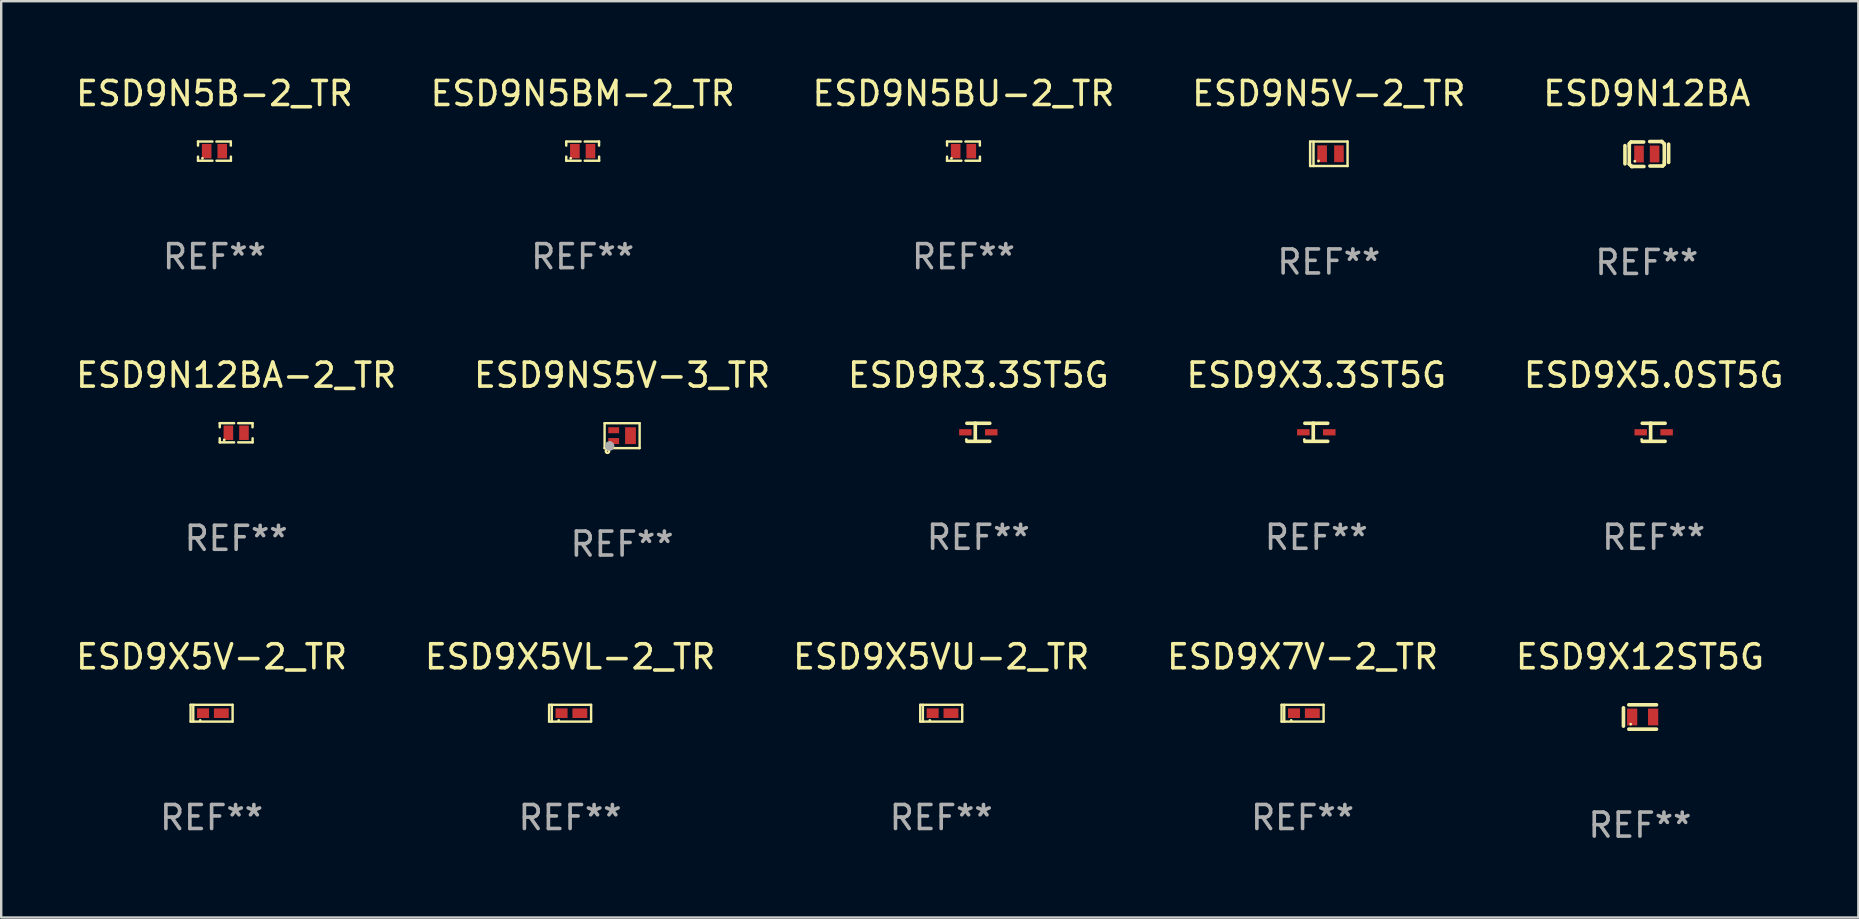
<source format=kicad_pcb>
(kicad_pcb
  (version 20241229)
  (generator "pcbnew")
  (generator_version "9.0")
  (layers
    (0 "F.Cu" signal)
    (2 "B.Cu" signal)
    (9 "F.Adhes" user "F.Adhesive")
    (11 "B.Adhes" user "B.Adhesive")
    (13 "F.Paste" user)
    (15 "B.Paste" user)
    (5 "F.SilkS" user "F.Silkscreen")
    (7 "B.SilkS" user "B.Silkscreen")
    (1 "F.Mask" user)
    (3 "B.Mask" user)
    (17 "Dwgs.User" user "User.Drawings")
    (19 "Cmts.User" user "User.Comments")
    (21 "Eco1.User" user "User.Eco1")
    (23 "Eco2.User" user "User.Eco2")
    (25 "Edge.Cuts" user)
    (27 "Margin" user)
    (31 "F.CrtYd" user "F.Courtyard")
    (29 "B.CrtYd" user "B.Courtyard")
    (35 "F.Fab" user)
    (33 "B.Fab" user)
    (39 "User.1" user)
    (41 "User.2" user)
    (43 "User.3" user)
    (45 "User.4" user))
  (footprint "ESD9X12ST5G"
    (layer "F.Cu")
    (at 65.292 26.829)
    (property "Reference" "ESD9X12ST5G" (at 0 -2.508 0) (layer "F.SilkS") (effects (font (size 1 1) (thickness 0.15))))
    (attr through_hole)
    (fp_line (start -0.688 -0.381) (end -0.688 0.381) (stroke (width 0.152) (type solid)) (layer "F.SilkS"))
    (fp_line (start -0.464 -0.508) (end 0.688 -0.508) (stroke (width 0.152) (type solid)) (layer "F.SilkS"))
    (fp_line (start -0.464 0.508) (end 0.688 0.508) (stroke (width 0.152) (type solid)) (layer "F.SilkS"))
    (fp_circle (center -0.388 0.3) (end -0.358 0.3) (stroke (width 0.06) (type solid)) (fill no) (layer "F.SilkS"))
    (fp_text user "REF**" (at 0 4.508 0) (layer "F.Fab") (effects (font (size 1 1) (thickness 0.15))))
    (pad "1" smd rect (at -0.325 0) (size 0.425 0.7) (layers "F.Cu" "F.Mask" "F.Paste"))
    (pad "2" smd rect (at 0.549 0) (size 0.425 0.7) (layers "F.Cu" "F.Mask" "F.Paste")))
  (footprint "ESD9X5VU-2_TR"
    (layer "F.Cu")
    (at 36.173 26.671)
    (property "Reference" "ESD9X5VU-2_TR" (at 0 -2.35 0) (layer "F.SilkS") (effects (font (size 1 1) (thickness 0.15))))
    (attr through_hole)
    (fp_line (start -0.875 -0.35) (end -0.875 0.35) (stroke (width 0.1) (type solid)) (layer "F.SilkS"))
    (fp_line (start -0.875 -0.35) (end 0.875 -0.35) (stroke (width 0.1) (type solid)) (layer "F.SilkS"))
    (fp_line (start -0.875 0.35) (end 0.875 0.35) (stroke (width 0.1) (type solid)) (layer "F.SilkS"))
    (fp_line (start -0.764 -0.35) (end -0.764 0.35) (stroke (width 0.1) (type solid)) (layer "F.SilkS"))
    (fp_line (start 0.875 -0.35) (end 0.875 0.35) (stroke (width 0.1) (type solid)) (layer "F.SilkS"))
    (fp_circle (center -0.475 0.3) (end -0.445 0.3) (stroke (width 0.06) (type solid)) (fill no) (layer "F.SilkS"))
    (fp_text user "REF**" (at 0 4.35 0) (layer "F.Fab") (effects (font (size 1 1) (thickness 0.15))))
    (pad "1" smd rect (at -0.356 0 90) (size 0.4 0.5) (layers "F.Cu" "F.Mask" "F.Paste"))
    (pad "2" smd rect (at 0.406 0 90) (size 0.4 0.62) (layers "F.Cu" "F.Mask" "F.Paste")))
  (footprint "ESD9N12BA-2_TR"
    (layer "F.Cu")
    (at 6.792 14.985)
    (property "Reference" "ESD9N12BA-2_TR" (at 0 -2.4 0) (layer "F.SilkS") (effects (font (size 1 1) (thickness 0.15))))
    (attr through_hole)
    (fp_line (start -0.685 -0.4) (end -0.685 -0.23) (stroke (width 0.102) (type solid)) (layer "F.SilkS"))
    (fp_line (start -0.685 0.4) (end -0.685 0.23) (stroke (width 0.102) (type solid)) (layer "F.SilkS"))
    (fp_line (start -0.085 -0.4) (end -0.685 -0.4) (stroke (width 0.102) (type solid)) (layer "F.SilkS"))
    (fp_line (start -0.085 0.4) (end -0.685 0.4) (stroke (width 0.102) (type solid)) (layer "F.SilkS"))
    (fp_line (start 0.082 -0.4) (end 0.682 -0.4) (stroke (width 0.102) (type solid)) (layer "F.SilkS"))
    (fp_line (start 0.085 0.4) (end 0.685 0.4) (stroke (width 0.102) (type solid)) (layer "F.SilkS"))
    (fp_line (start 0.682 -0.4) (end 0.682 -0.23) (stroke (width 0.102) (type solid)) (layer "F.SilkS"))
    (fp_line (start 0.685 0.4) (end 0.685 0.23) (stroke (width 0.102) (type solid)) (layer "F.SilkS"))
    (fp_circle (center -0.5 0.3) (end -0.47 0.3) (stroke (width 0.06) (type solid)) (fill no) (layer "F.SilkS"))
    (fp_text user "REF**" (at 0 4.4 0) (layer "F.Fab") (effects (font (size 1 1) (thickness 0.15))))
    (pad "1" smd rect (at -0.325 0) (size 0.4 0.6) (layers "F.Cu" "F.Mask" "F.Paste"))
    (pad "2" smd rect (at 0.325 0) (size 0.4 0.6) (layers "F.Cu" "F.Mask" "F.Paste")))
  (footprint "ESD9NS5V-3_TR"
    (layer "F.Cu")
    (at 22.875 15.105)
    (property "Reference" "ESD9NS5V-3_TR" (at 0 -2.52 0) (layer "F.SilkS") (effects (font (size 1 1) (thickness 0.15))))
    (attr through_hole)
    (fp_line (start -0.73 -0.52) (end -0.73 0.52) (stroke (width 0.1) (type solid)) (layer "F.SilkS"))
    (fp_line (start -0.73 -0.52) (end 0.73 -0.52) (stroke (width 0.1) (type solid)) (layer "F.SilkS"))
    (fp_line (start -0.73 0.52) (end 0.73 0.52) (stroke (width 0.1) (type solid)) (layer "F.SilkS"))
    (fp_line (start 0.73 -0.52) (end 0.73 0.52) (stroke (width 0.1) (type solid)) (layer "F.SilkS"))
    (fp_circle (center -0.61 0.65) (end -0.59 0.65) (stroke (width 0.1) (type solid)) (fill no) (layer "F.SilkS"))
    (fp_circle (center -0.5 0.3) (end -0.47 0.3) (stroke (width 0.06) (type solid)) (fill no) (layer "F.SilkS"))
    (fp_circle (center -0.52 0.43) (end -0.42 0.43) (stroke (width 0.2) (type solid)) (fill no) (layer "F.Fab"))
    (fp_text user "REF**" (at 0 4.52 0) (layer "F.Fab") (effects (font (size 1 1) (thickness 0.15))))
    (pad "1" smd rect (at -0.35 0.225 180) (size 0.45 0.25) (layers "F.Cu" "F.Mask" "F.Paste"))
    (pad "2" smd rect (at 0.35 -0.000013) (size 0.45 0.7) (layers "F.Cu" "F.Mask" "F.Paste"))
    (pad "3" smd rect (at -0.35 -0.225 180) (size 0.45 0.25) (layers "F.Cu" "F.Mask" "F.Paste")))
  (footprint "ESD9X5VL-2_TR"
    (layer "F.Cu")
    (at 20.708 26.671)
    (property "Reference" "ESD9X5VL-2_TR" (at 0 -2.35 0) (layer "F.SilkS") (effects (font (size 1 1) (thickness 0.15))))
    (attr through_hole)
    (fp_line (start -0.875 -0.35) (end -0.875 0.35) (stroke (width 0.1) (type solid)) (layer "F.SilkS"))
    (fp_line (start -0.875 -0.35) (end 0.875 -0.35) (stroke (width 0.1) (type solid)) (layer "F.SilkS"))
    (fp_line (start -0.875 0.35) (end 0.875 0.35) (stroke (width 0.1) (type solid)) (layer "F.SilkS"))
    (fp_line (start -0.764 -0.35) (end -0.764 0.35) (stroke (width 0.1) (type solid)) (layer "F.SilkS"))
    (fp_line (start 0.875 -0.35) (end 0.875 0.35) (stroke (width 0.1) (type solid)) (layer "F.SilkS"))
    (fp_circle (center -0.475 0.3) (end -0.445 0.3) (stroke (width 0.06) (type solid)) (fill no) (layer "F.SilkS"))
    (fp_text user "REF**" (at 0 4.35 0) (layer "F.Fab") (effects (font (size 1 1) (thickness 0.15))))
    (pad "1" smd rect (at -0.356 0 90) (size 0.4 0.5) (layers "F.Cu" "F.Mask" "F.Paste"))
    (pad "2" smd rect (at 0.406 0 90) (size 0.4 0.62) (layers "F.Cu" "F.Mask" "F.Paste")))
  (footprint "ESD9N5BM-2_TR"
    (layer "F.Cu")
    (at 21.232 3.248)
    (property "Reference" "ESD9N5BM-2_TR" (at 0 -2.4 0) (layer "F.SilkS") (effects (font (size 1 1) (thickness 0.15))))
    (attr through_hole)
    (fp_line (start -0.685 -0.4) (end -0.685 -0.23) (stroke (width 0.102) (type solid)) (layer "F.SilkS"))
    (fp_line (start -0.685 0.4) (end -0.685 0.23) (stroke (width 0.102) (type solid)) (layer "F.SilkS"))
    (fp_line (start -0.085 -0.4) (end -0.685 -0.4) (stroke (width 0.102) (type solid)) (layer "F.SilkS"))
    (fp_line (start -0.085 0.4) (end -0.685 0.4) (stroke (width 0.102) (type solid)) (layer "F.SilkS"))
    (fp_line (start 0.082 -0.4) (end 0.682 -0.4) (stroke (width 0.102) (type solid)) (layer "F.SilkS"))
    (fp_line (start 0.085 0.4) (end 0.685 0.4) (stroke (width 0.102) (type solid)) (layer "F.SilkS"))
    (fp_line (start 0.682 -0.4) (end 0.682 -0.23) (stroke (width 0.102) (type solid)) (layer "F.SilkS"))
    (fp_line (start 0.685 0.4) (end 0.685 0.23) (stroke (width 0.102) (type solid)) (layer "F.SilkS"))
    (fp_circle (center -0.5 0.3) (end -0.47 0.3) (stroke (width 0.06) (type solid)) (fill no) (layer "F.SilkS"))
    (fp_text user "REF**" (at 0 4.4 0) (layer "F.Fab") (effects (font (size 1 1) (thickness 0.15))))
    (pad "1" smd rect (at -0.325 0) (size 0.4 0.6) (layers "F.Cu" "F.Mask" "F.Paste"))
    (pad "2" smd rect (at 0.325 0) (size 0.4 0.6) (layers "F.Cu" "F.Mask" "F.Paste")))
  (footprint "ESD9X7V-2_TR"
    (layer "F.Cu")
    (at 51.232 26.671)
    (property "Reference" "ESD9X7V-2_TR" (at 0 -2.35 0) (layer "F.SilkS") (effects (font (size 1 1) (thickness 0.15))))
    (attr through_hole)
    (fp_line (start -0.875 -0.35) (end -0.875 0.35) (stroke (width 0.1) (type solid)) (layer "F.SilkS"))
    (fp_line (start -0.875 -0.35) (end 0.875 -0.35) (stroke (width 0.1) (type solid)) (layer "F.SilkS"))
    (fp_line (start -0.875 0.35) (end 0.875 0.35) (stroke (width 0.1) (type solid)) (layer "F.SilkS"))
    (fp_line (start -0.764 -0.35) (end -0.764 0.35) (stroke (width 0.1) (type solid)) (layer "F.SilkS"))
    (fp_line (start 0.875 -0.35) (end 0.875 0.35) (stroke (width 0.1) (type solid)) (layer "F.SilkS"))
    (fp_circle (center -0.475 0.3) (end -0.445 0.3) (stroke (width 0.06) (type solid)) (fill no) (layer "F.SilkS"))
    (fp_text user "REF**" (at 0 4.35 0) (layer "F.Fab") (effects (font (size 1 1) (thickness 0.15))))
    (pad "1" smd rect (at -0.356 0 90) (size 0.4 0.5) (layers "F.Cu" "F.Mask" "F.Paste"))
    (pad "2" smd rect (at 0.406 0 90) (size 0.4 0.62) (layers "F.Cu" "F.Mask" "F.Paste")))
  (footprint "ESD9R3.3ST5G"
    (layer "F.Cu")
    (at 37.72 14.963)
    (property "Reference" "ESD9R3.3ST5G" (at 0 -2.379 0) (layer "F.SilkS") (effects (font (size 1 1) (thickness 0.15))))
    (attr through_hole)
    (fp_line (start -0.476 -0.374) (end 0.476 -0.374) (stroke (width 0.152) (type solid)) (layer "F.SilkS"))
    (fp_line (start -0.476 0.379) (end 0.476 0.379) (stroke (width 0.152) (type solid)) (layer "F.SilkS"))
    (fp_line (start -0.127 -0.379) (end -0.127 0.374) (stroke (width 0.152) (type solid)) (layer "F.SilkS"))
    (fp_circle (center -0.5 0.302) (end -0.47 0.302) (stroke (width 0.06) (type solid)) (fill no) (layer "F.SilkS"))
    (fp_text user "REF**" (at 0 4.379 0) (layer "F.Fab") (effects (font (size 1 1) (thickness 0.15))))
    (pad "1" smd rect (at -0.54 0.002 180) (size 0.52 0.26) (layers "F.Cu" "F.Mask" "F.Paste"))
    (pad "2" smd rect (at 0.54 0.002 180) (size 0.52 0.26) (layers "F.Cu" "F.Mask" "F.Paste")))
  (footprint "ESD9X5.0ST5G"
    (layer "F.Cu")
    (at 65.863 14.963)
    (property "Reference" "ESD9X5.0ST5G" (at 0 -2.379 0) (layer "F.SilkS") (effects (font (size 1 1) (thickness 0.15))))
    (attr through_hole)
    (fp_line (start -0.476 -0.374) (end 0.476 -0.374) (stroke (width 0.152) (type solid)) (layer "F.SilkS"))
    (fp_line (start -0.476 0.379) (end 0.476 0.379) (stroke (width 0.152) (type solid)) (layer "F.SilkS"))
    (fp_line (start -0.127 -0.379) (end -0.127 0.374) (stroke (width 0.152) (type solid)) (layer "F.SilkS"))
    (fp_circle (center -0.5 0.302) (end -0.47 0.302) (stroke (width 0.06) (type solid)) (fill no) (layer "F.SilkS"))
    (fp_text user "REF**" (at 0 4.379 0) (layer "F.Fab") (effects (font (size 1 1) (thickness 0.15))))
    (pad "1" smd rect (at -0.54 0.002 180) (size 0.52 0.26) (layers "F.Cu" "F.Mask" "F.Paste"))
    (pad "2" smd rect (at 0.54 0.002 180) (size 0.52 0.26) (layers "F.Cu" "F.Mask" "F.Paste")))
  (footprint "ESD9N5BU-2_TR"
    (layer "F.Cu")
    (at 37.101 3.248)
    (property "Reference" "ESD9N5BU-2_TR" (at 0 -2.4 0) (layer "F.SilkS") (effects (font (size 1 1) (thickness 0.15))))
    (attr through_hole)
    (fp_line (start -0.685 -0.4) (end -0.685 -0.23) (stroke (width 0.102) (type solid)) (layer "F.SilkS"))
    (fp_line (start -0.685 0.4) (end -0.685 0.23) (stroke (width 0.102) (type solid)) (layer "F.SilkS"))
    (fp_line (start -0.085 -0.4) (end -0.685 -0.4) (stroke (width 0.102) (type solid)) (layer "F.SilkS"))
    (fp_line (start -0.085 0.4) (end -0.685 0.4) (stroke (width 0.102) (type solid)) (layer "F.SilkS"))
    (fp_line (start 0.082 -0.4) (end 0.682 -0.4) (stroke (width 0.102) (type solid)) (layer "F.SilkS"))
    (fp_line (start 0.085 0.4) (end 0.685 0.4) (stroke (width 0.102) (type solid)) (layer "F.SilkS"))
    (fp_line (start 0.682 -0.4) (end 0.682 -0.23) (stroke (width 0.102) (type solid)) (layer "F.SilkS"))
    (fp_line (start 0.685 0.4) (end 0.685 0.23) (stroke (width 0.102) (type solid)) (layer "F.SilkS"))
    (fp_circle (center -0.5 0.3) (end -0.47 0.3) (stroke (width 0.06) (type solid)) (fill no) (layer "F.SilkS"))
    (fp_text user "REF**" (at 0 4.4 0) (layer "F.Fab") (effects (font (size 1 1) (thickness 0.15))))
    (pad "1" smd rect (at -0.325 0) (size 0.4 0.6) (layers "F.Cu" "F.Mask" "F.Paste"))
    (pad "2" smd rect (at 0.325 0) (size 0.4 0.6) (layers "F.Cu" "F.Mask" "F.Paste")))
  (footprint "ESD9N12BA"
    (layer "F.Cu")
    (at 65.577 3.368)
    (property "Reference" "ESD9N12BA" (at 0 -2.52 0) (layer "F.SilkS") (effects (font (size 1 1) (thickness 0.15))))
    (attr through_hole)
    (fp_line (start -0.91 0.41) (end -0.91 -0.35) (stroke (width 0.15) (type solid)) (layer "F.SilkS"))
    (fp_line (start -0.73 -0.43) (end -0.66 -0.5) (stroke (width 0.15) (type solid)) (layer "F.SilkS"))
    (fp_line (start -0.73 -0.32) (end -0.73 -0.43) (stroke (width 0.15) (type solid)) (layer "F.SilkS"))
    (fp_line (start -0.73 0.42) (end -0.73 -0.32) (stroke (width 0.15) (type solid)) (layer "F.SilkS"))
    (fp_line (start -0.66 -0.5) (end -0.13 -0.5) (stroke (width 0.15) (type solid)) (layer "F.SilkS"))
    (fp_line (start -0.63 0.52) (end -0.73 0.42) (stroke (width 0.15) (type solid)) (layer "F.SilkS"))
    (fp_line (start -0.6 0.52) (end -0.63 0.52) (stroke (width 0.15) (type solid)) (layer "F.SilkS"))
    (fp_line (start -0.12 0.52) (end -0.6 0.52) (stroke (width 0.15) (type solid)) (layer "F.SilkS"))
    (fp_line (start 0.12 -0.52) (end 0.6 -0.52) (stroke (width 0.15) (type solid)) (layer "F.SilkS"))
    (fp_line (start 0.6 -0.52) (end 0.63 -0.52) (stroke (width 0.15) (type solid)) (layer "F.SilkS"))
    (fp_line (start 0.63 -0.52) (end 0.73 -0.42) (stroke (width 0.15) (type solid)) (layer "F.SilkS"))
    (fp_line (start 0.66 0.5) (end 0.13 0.5) (stroke (width 0.15) (type solid)) (layer "F.SilkS"))
    (fp_line (start 0.73 -0.42) (end 0.73 0.32) (stroke (width 0.15) (type solid)) (layer "F.SilkS"))
    (fp_line (start 0.73 0.32) (end 0.73 0.43) (stroke (width 0.15) (type solid)) (layer "F.SilkS"))
    (fp_line (start 0.73 0.43) (end 0.66 0.5) (stroke (width 0.15) (type solid)) (layer "F.SilkS"))
    (fp_line (start 0.91 -0.41) (end 0.91 0.35) (stroke (width 0.15) (type solid)) (layer "F.SilkS"))
    (fp_circle (center -0.5 0.3) (end -0.47 0.3) (stroke (width 0.06) (type solid)) (fill no) (layer "F.SilkS"))
    (fp_text user "REF**" (at 0 4.52 0) (layer "F.Fab") (effects (font (size 1 1) (thickness 0.15))))
    (pad "1" smd rect (at -0.325 0.000013) (size 0.4 0.7) (layers "F.Cu" "F.Mask" "F.Paste"))
    (pad "2" smd rect (at 0.325 0.000013) (size 0.4 0.7) (layers "F.Cu" "F.Mask" "F.Paste")))
  (footprint "ESD9X3.3ST5G"
    (layer "F.Cu")
    (at 51.804 14.963)
    (property "Reference" "ESD9X3.3ST5G" (at 0 -2.379 0) (layer "F.SilkS") (effects (font (size 1 1) (thickness 0.15))))
    (attr through_hole)
    (fp_line (start -0.476 -0.374) (end 0.476 -0.374) (stroke (width 0.152) (type solid)) (layer "F.SilkS"))
    (fp_line (start -0.476 0.379) (end 0.476 0.379) (stroke (width 0.152) (type solid)) (layer "F.SilkS"))
    (fp_line (start -0.127 -0.379) (end -0.127 0.374) (stroke (width 0.152) (type solid)) (layer "F.SilkS"))
    (fp_circle (center -0.5 0.302) (end -0.47 0.302) (stroke (width 0.06) (type solid)) (fill no) (layer "F.SilkS"))
    (fp_text user "REF**" (at 0 4.379 0) (layer "F.Fab") (effects (font (size 1 1) (thickness 0.15))))
    (pad "1" smd rect (at -0.54 0.002 180) (size 0.52 0.26) (layers "F.Cu" "F.Mask" "F.Paste"))
    (pad "2" smd rect (at 0.54 0.002 180) (size 0.52 0.26) (layers "F.Cu" "F.Mask" "F.Paste")))
  (footprint "ESD9N5B-2_TR"
    (layer "F.Cu")
    (at 5.887 3.248)
    (property "Reference" "ESD9N5B-2_TR" (at 0 -2.4 0) (layer "F.SilkS") (effects (font (size 1 1) (thickness 0.15))))
    (attr through_hole)
    (fp_line (start -0.685 -0.4) (end -0.685 -0.23) (stroke (width 0.102) (type solid)) (layer "F.SilkS"))
    (fp_line (start -0.685 0.4) (end -0.685 0.23) (stroke (width 0.102) (type solid)) (layer "F.SilkS"))
    (fp_line (start -0.085 -0.4) (end -0.685 -0.4) (stroke (width 0.102) (type solid)) (layer "F.SilkS"))
    (fp_line (start -0.085 0.4) (end -0.685 0.4) (stroke (width 0.102) (type solid)) (layer "F.SilkS"))
    (fp_line (start 0.082 -0.4) (end 0.682 -0.4) (stroke (width 0.102) (type solid)) (layer "F.SilkS"))
    (fp_line (start 0.085 0.4) (end 0.685 0.4) (stroke (width 0.102) (type solid)) (layer "F.SilkS"))
    (fp_line (start 0.682 -0.4) (end 0.682 -0.23) (stroke (width 0.102) (type solid)) (layer "F.SilkS"))
    (fp_line (start 0.685 0.4) (end 0.685 0.23) (stroke (width 0.102) (type solid)) (layer "F.SilkS"))
    (fp_circle (center -0.5 0.3) (end -0.47 0.3) (stroke (width 0.06) (type solid)) (fill no) (layer "F.SilkS"))
    (fp_text user "REF**" (at 0 4.4 0) (layer "F.Fab") (effects (font (size 1 1) (thickness 0.15))))
    (pad "1" smd rect (at -0.325 0) (size 0.4 0.6) (layers "F.Cu" "F.Mask" "F.Paste"))
    (pad "2" smd rect (at 0.325 0) (size 0.4 0.6) (layers "F.Cu" "F.Mask" "F.Paste")))
  (footprint "ESD9X5V-2_TR"
    (layer "F.Cu")
    (at 5.768 26.671)
    (property "Reference" "ESD9X5V-2_TR" (at 0 -2.35 0) (layer "F.SilkS") (effects (font (size 1 1) (thickness 0.15))))
    (attr through_hole)
    (fp_line (start -0.875 -0.35) (end -0.875 0.35) (stroke (width 0.1) (type solid)) (layer "F.SilkS"))
    (fp_line (start -0.875 -0.35) (end 0.875 -0.35) (stroke (width 0.1) (type solid)) (layer "F.SilkS"))
    (fp_line (start -0.875 0.35) (end 0.875 0.35) (stroke (width 0.1) (type solid)) (layer "F.SilkS"))
    (fp_line (start -0.764 -0.35) (end -0.764 0.35) (stroke (width 0.1) (type solid)) (layer "F.SilkS"))
    (fp_line (start 0.875 -0.35) (end 0.875 0.35) (stroke (width 0.1) (type solid)) (layer "F.SilkS"))
    (fp_circle (center -0.475 0.3) (end -0.445 0.3) (stroke (width 0.06) (type solid)) (fill no) (layer "F.SilkS"))
    (fp_text user "REF**" (at 0 4.35 0) (layer "F.Fab") (effects (font (size 1 1) (thickness 0.15))))
    (pad "1" smd rect (at -0.356 0 90) (size 0.4 0.5) (layers "F.Cu" "F.Mask" "F.Paste"))
    (pad "2" smd rect (at 0.406 0 90) (size 0.4 0.62) (layers "F.Cu" "F.Mask" "F.Paste")))
  (footprint "ESD9N5V-2_TR"
    (layer "F.Cu")
    (at 52.327 3.358)
    (property "Reference" "ESD9N5V-2_TR" (at 0 -2.51 0) (layer "F.SilkS") (effects (font (size 1 1) (thickness 0.15))))
    (attr through_hole)
    (fp_line (start -0.78 -0.51) (end -0.78 0.51) (stroke (width 0.102) (type solid)) (layer "F.SilkS"))
    (fp_line (start -0.78 -0.51) (end 0.78 -0.51) (stroke (width 0.102) (type solid)) (layer "F.SilkS"))
    (fp_line (start -0.78 0.51) (end 0.78 0.51) (stroke (width 0.102) (type solid)) (layer "F.SilkS"))
    (fp_line (start -0.64 -0.51) (end -0.64 0.51) (stroke (width 0.102) (type solid)) (layer "F.SilkS"))
    (fp_line (start 0.78 -0.51) (end 0.78 0.51) (stroke (width 0.102) (type solid)) (layer "F.SilkS"))
    (fp_circle (center -0.43 0.3) (end -0.4 0.3) (stroke (width 0.06) (type solid)) (fill no) (layer "F.SilkS"))
    (fp_text user "REF**" (at 0 4.51 0) (layer "F.Fab") (effects (font (size 1 1) (thickness 0.15))))
    (pad "1" smd rect (at -0.28 0) (size 0.4 0.7) (layers "F.Cu" "F.Mask" "F.Paste"))
    (pad "2" smd rect (at 0.42 0) (size 0.4 0.7) (layers "F.Cu" "F.Mask" "F.Paste")))
  (gr_rect
    (start -3 -3)
    (end 74.393 35.185)
    (stroke (width 0.1) (type default))
    (fill no)
    (layer "Edge.Cuts")))
</source>
